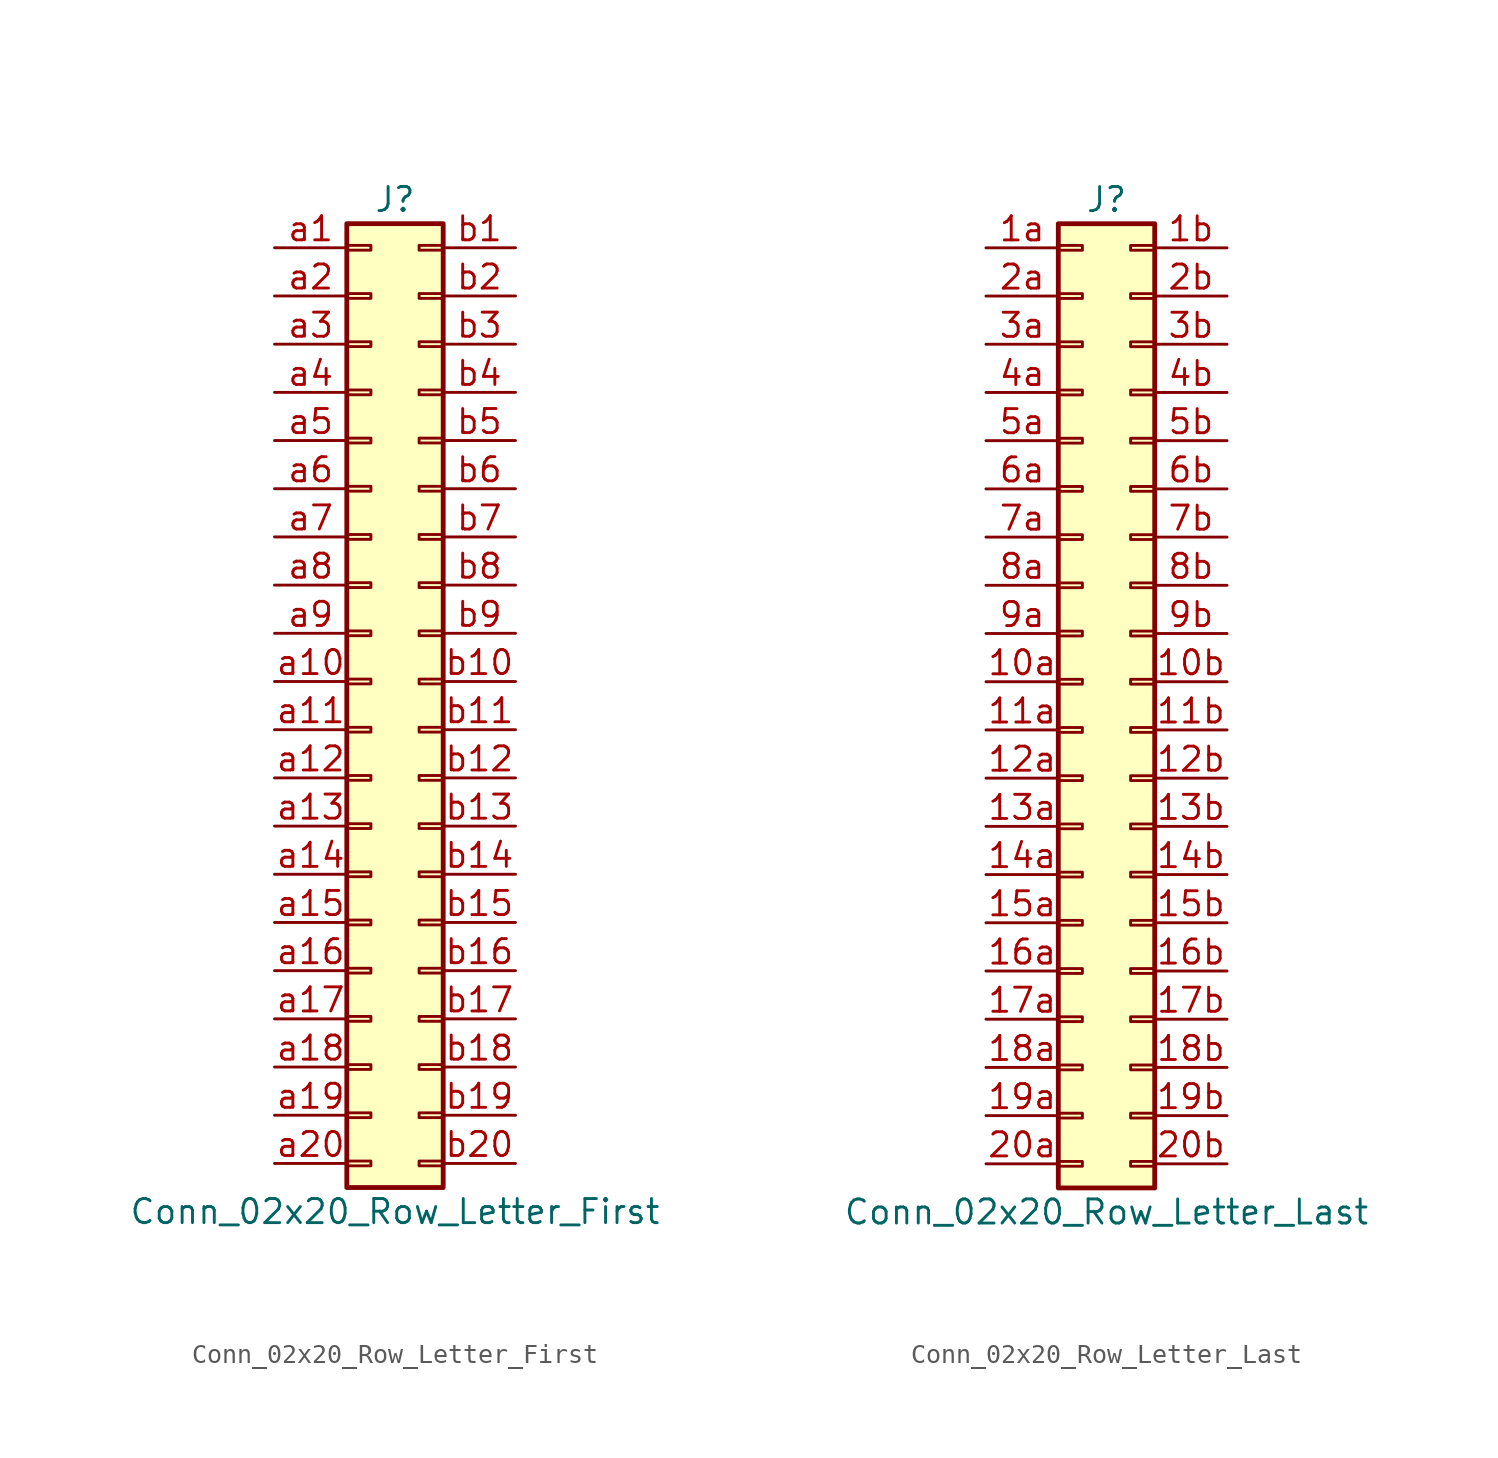
<source format=kicad_sym>
(kicad_symbol_lib
  (version 20201005)
  (generator kicad_symbol_editor)
  (symbol "Connector_Generic:Conn_02x20_Row_Letter_First"
    (pin_names
      (offset 1.016) hide)
    (property "Reference" "J"
      (at 1.27 25.4 0)
      (effects (font (size 1.27 1.27))))
    (property "Value" "Conn_02x20_Row_Letter_First"
      (at 1.27 -27.94 0)
      (effects (font (size 1.27 1.27))))
    (symbol "Conn_02x20_Row_Letter_First_1_1"
      (rectangle (start -1.27 -4.953) (end 0 -5.207) (stroke (width 0.152)) (fill (type none)))
      (rectangle (start -1.27 -7.493) (end 0 -7.747) (stroke (width 0.152)) (fill (type none)))
      (rectangle (start -1.27 -10.033) (end 0 -10.287) (stroke (width 0.152)) (fill (type none)))
      (rectangle (start -1.27 -12.573) (end 0 -12.827) (stroke (width 0.152)) (fill (type none)))
      (rectangle (start -1.27 -15.113) (end 0 -15.367) (stroke (width 0.152)) (fill (type none)))
      (rectangle (start -1.27 -17.653) (end 0 -17.907) (stroke (width 0.152)) (fill (type none)))
      (rectangle (start -1.27 -20.193) (end 0 -20.447) (stroke (width 0.152)) (fill (type none)))
      (rectangle (start -1.27 -22.733) (end 0 -22.987) (stroke (width 0.152)) (fill (type none)))
      (rectangle (start -1.27 -2.413) (end 0 -2.667) (stroke (width 0.152)) (fill (type none)))
      (rectangle (start -1.27 -25.273) (end 0 -25.527) (stroke (width 0.152)) (fill (type none)))
      (rectangle (start -1.27 2.667) (end 0 2.413) (stroke (width 0.152)) (fill (type none)))
      (rectangle (start -1.27 5.207) (end 0 4.953) (stroke (width 0.152)) (fill (type none)))
      (rectangle (start -1.27 7.747) (end 0 7.493) (stroke (width 0.152)) (fill (type none)))
      (rectangle (start -1.27 10.287) (end 0 10.033) (stroke (width 0.152)) (fill (type none)))
      (rectangle (start -1.27 0.127) (end 0 -0.127) (stroke (width 0.152)) (fill (type none)))
      (rectangle (start -1.27 12.827) (end 0 12.573) (stroke (width 0.152)) (fill (type none)))
      (rectangle (start -1.27 15.367) (end 0 15.113) (stroke (width 0.152)) (fill (type none)))
      (rectangle (start -1.27 17.907) (end 0 17.653) (stroke (width 0.152)) (fill (type none)))
      (rectangle (start -1.27 20.447) (end 0 20.193) (stroke (width 0.152)) (fill (type none)))
      (rectangle (start -1.27 22.987) (end 0 22.733) (stroke (width 0.152)) (fill (type none)))
      (rectangle (start -1.27 24.13) (end 3.81 -26.67) (stroke (width 0.254)) (fill (type background)))
      (rectangle (start 3.81 -4.953) (end 2.54 -5.207) (stroke (width 0.152)) (fill (type none)))
      (rectangle (start 3.81 -7.493) (end 2.54 -7.747) (stroke (width 0.152)) (fill (type none)))
      (rectangle (start 3.81 -10.033) (end 2.54 -10.287) (stroke (width 0.152)) (fill (type none)))
      (rectangle (start 3.81 -12.573) (end 2.54 -12.827) (stroke (width 0.152)) (fill (type none)))
      (rectangle (start 3.81 -15.113) (end 2.54 -15.367) (stroke (width 0.152)) (fill (type none)))
      (rectangle (start 3.81 -17.653) (end 2.54 -17.907) (stroke (width 0.152)) (fill (type none)))
      (rectangle (start 3.81 -20.193) (end 2.54 -20.447) (stroke (width 0.152)) (fill (type none)))
      (rectangle (start 3.81 -22.733) (end 2.54 -22.987) (stroke (width 0.152)) (fill (type none)))
      (rectangle (start 3.81 -2.413) (end 2.54 -2.667) (stroke (width 0.152)) (fill (type none)))
      (rectangle (start 3.81 -25.273) (end 2.54 -25.527) (stroke (width 0.152)) (fill (type none)))
      (rectangle (start 3.81 2.667) (end 2.54 2.413) (stroke (width 0.152)) (fill (type none)))
      (rectangle (start 3.81 5.207) (end 2.54 4.953) (stroke (width 0.152)) (fill (type none)))
      (rectangle (start 3.81 7.747) (end 2.54 7.493) (stroke (width 0.152)) (fill (type none)))
      (rectangle (start 3.81 10.287) (end 2.54 10.033) (stroke (width 0.152)) (fill (type none)))
      (rectangle (start 3.81 0.127) (end 2.54 -0.127) (stroke (width 0.152)) (fill (type none)))
      (rectangle (start 3.81 12.827) (end 2.54 12.573) (stroke (width 0.152)) (fill (type none)))
      (rectangle (start 3.81 15.367) (end 2.54 15.113) (stroke (width 0.152)) (fill (type none)))
      (rectangle (start 3.81 17.907) (end 2.54 17.653) (stroke (width 0.152)) (fill (type none)))
      (rectangle (start 3.81 20.447) (end 2.54 20.193) (stroke (width 0.152)) (fill (type none)))
      (rectangle (start 3.81 22.987) (end 2.54 22.733) (stroke (width 0.152)) (fill (type none)))
      (pin passive line (at -5.08 22.86 0) (length 3.81) (name "Pin_a1" (effects (font (size 1.27 1.27)))) (number "a1" (effects (font (size 1.27 1.27)))))
      (pin passive line (at -5.08 0 0) (length 3.81) (name "Pin_a10" (effects (font (size 1.27 1.27)))) (number "a10" (effects (font (size 1.27 1.27)))))
      (pin passive line (at -5.08 -2.54 0) (length 3.81) (name "Pin_a11" (effects (font (size 1.27 1.27)))) (number "a11" (effects (font (size 1.27 1.27)))))
      (pin passive line (at -5.08 -5.08 0) (length 3.81) (name "Pin_a12" (effects (font (size 1.27 1.27)))) (number "a12" (effects (font (size 1.27 1.27)))))
      (pin passive line (at -5.08 -7.62 0) (length 3.81) (name "Pin_a13" (effects (font (size 1.27 1.27)))) (number "a13" (effects (font (size 1.27 1.27)))))
      (pin passive line (at -5.08 -10.16 0) (length 3.81) (name "Pin_a14" (effects (font (size 1.27 1.27)))) (number "a14" (effects (font (size 1.27 1.27)))))
      (pin passive line (at -5.08 -12.7 0) (length 3.81) (name "Pin_a15" (effects (font (size 1.27 1.27)))) (number "a15" (effects (font (size 1.27 1.27)))))
      (pin passive line (at -5.08 -15.24 0) (length 3.81) (name "Pin_a16" (effects (font (size 1.27 1.27)))) (number "a16" (effects (font (size 1.27 1.27)))))
      (pin passive line (at -5.08 -17.78 0) (length 3.81) (name "Pin_a17" (effects (font (size 1.27 1.27)))) (number "a17" (effects (font (size 1.27 1.27)))))
      (pin passive line (at -5.08 -20.32 0) (length 3.81) (name "Pin_a18" (effects (font (size 1.27 1.27)))) (number "a18" (effects (font (size 1.27 1.27)))))
      (pin passive line (at -5.08 -22.86 0) (length 3.81) (name "Pin_a19" (effects (font (size 1.27 1.27)))) (number "a19" (effects (font (size 1.27 1.27)))))
      (pin passive line (at -5.08 20.32 0) (length 3.81) (name "Pin_a2" (effects (font (size 1.27 1.27)))) (number "a2" (effects (font (size 1.27 1.27)))))
      (pin passive line (at -5.08 -25.4 0) (length 3.81) (name "Pin_a20" (effects (font (size 1.27 1.27)))) (number "a20" (effects (font (size 1.27 1.27)))))
      (pin passive line (at -5.08 17.78 0) (length 3.81) (name "Pin_a3" (effects (font (size 1.27 1.27)))) (number "a3" (effects (font (size 1.27 1.27)))))
      (pin passive line (at -5.08 15.24 0) (length 3.81) (name "Pin_a4" (effects (font (size 1.27 1.27)))) (number "a4" (effects (font (size 1.27 1.27)))))
      (pin passive line (at -5.08 12.7 0) (length 3.81) (name "Pin_a5" (effects (font (size 1.27 1.27)))) (number "a5" (effects (font (size 1.27 1.27)))))
      (pin passive line (at -5.08 10.16 0) (length 3.81) (name "Pin_a6" (effects (font (size 1.27 1.27)))) (number "a6" (effects (font (size 1.27 1.27)))))
      (pin passive line (at -5.08 7.62 0) (length 3.81) (name "Pin_a7" (effects (font (size 1.27 1.27)))) (number "a7" (effects (font (size 1.27 1.27)))))
      (pin passive line (at -5.08 5.08 0) (length 3.81) (name "Pin_a8" (effects (font (size 1.27 1.27)))) (number "a8" (effects (font (size 1.27 1.27)))))
      (pin passive line (at -5.08 2.54 0) (length 3.81) (name "Pin_a9" (effects (font (size 1.27 1.27)))) (number "a9" (effects (font (size 1.27 1.27)))))
      (pin passive line (at 7.62 22.86 180) (length 3.81) (name "Pin_b1" (effects (font (size 1.27 1.27)))) (number "b1" (effects (font (size 1.27 1.27)))))
      (pin passive line (at 7.62 0 180) (length 3.81) (name "Pin_b10" (effects (font (size 1.27 1.27)))) (number "b10" (effects (font (size 1.27 1.27)))))
      (pin passive line (at 7.62 -2.54 180) (length 3.81) (name "Pin_b11" (effects (font (size 1.27 1.27)))) (number "b11" (effects (font (size 1.27 1.27)))))
      (pin passive line (at 7.62 -5.08 180) (length 3.81) (name "Pin_b12" (effects (font (size 1.27 1.27)))) (number "b12" (effects (font (size 1.27 1.27)))))
      (pin passive line (at 7.62 -7.62 180) (length 3.81) (name "Pin_b13" (effects (font (size 1.27 1.27)))) (number "b13" (effects (font (size 1.27 1.27)))))
      (pin passive line (at 7.62 -10.16 180) (length 3.81) (name "Pin_b14" (effects (font (size 1.27 1.27)))) (number "b14" (effects (font (size 1.27 1.27)))))
      (pin passive line (at 7.62 -12.7 180) (length 3.81) (name "Pin_b15" (effects (font (size 1.27 1.27)))) (number "b15" (effects (font (size 1.27 1.27)))))
      (pin passive line (at 7.62 -15.24 180) (length 3.81) (name "Pin_b16" (effects (font (size 1.27 1.27)))) (number "b16" (effects (font (size 1.27 1.27)))))
      (pin passive line (at 7.62 -17.78 180) (length 3.81) (name "Pin_b17" (effects (font (size 1.27 1.27)))) (number "b17" (effects (font (size 1.27 1.27)))))
      (pin passive line (at 7.62 -20.32 180) (length 3.81) (name "Pin_b18" (effects (font (size 1.27 1.27)))) (number "b18" (effects (font (size 1.27 1.27)))))
      (pin passive line (at 7.62 -22.86 180) (length 3.81) (name "Pin_b19" (effects (font (size 1.27 1.27)))) (number "b19" (effects (font (size 1.27 1.27)))))
      (pin passive line (at 7.62 20.32 180) (length 3.81) (name "Pin_b2" (effects (font (size 1.27 1.27)))) (number "b2" (effects (font (size 1.27 1.27)))))
      (pin passive line (at 7.62 -25.4 180) (length 3.81) (name "Pin_b20" (effects (font (size 1.27 1.27)))) (number "b20" (effects (font (size 1.27 1.27)))))
      (pin passive line (at 7.62 17.78 180) (length 3.81) (name "Pin_b3" (effects (font (size 1.27 1.27)))) (number "b3" (effects (font (size 1.27 1.27)))))
      (pin passive line (at 7.62 15.24 180) (length 3.81) (name "Pin_b4" (effects (font (size 1.27 1.27)))) (number "b4" (effects (font (size 1.27 1.27)))))
      (pin passive line (at 7.62 12.7 180) (length 3.81) (name "Pin_b5" (effects (font (size 1.27 1.27)))) (number "b5" (effects (font (size 1.27 1.27)))))
      (pin passive line (at 7.62 10.16 180) (length 3.81) (name "Pin_b6" (effects (font (size 1.27 1.27)))) (number "b6" (effects (font (size 1.27 1.27)))))
      (pin passive line (at 7.62 7.62 180) (length 3.81) (name "Pin_b7" (effects (font (size 1.27 1.27)))) (number "b7" (effects (font (size 1.27 1.27)))))
      (pin passive line (at 7.62 5.08 180) (length 3.81) (name "Pin_b8" (effects (font (size 1.27 1.27)))) (number "b8" (effects (font (size 1.27 1.27)))))
      (pin passive line (at 7.62 2.54 180) (length 3.81) (name "Pin_b9" (effects (font (size 1.27 1.27)))) (number "b9" (effects (font (size 1.27 1.27)))))))
  (symbol "Connector_Generic:Conn_02x20_Row_Letter_Last"
    (pin_names
      (offset 1.016) hide)
    (property "Reference" "J"
      (at 1.27 25.4 0)
      (effects (font (size 1.27 1.27))))
    (property "Value" "Conn_02x20_Row_Letter_Last"
      (at 1.27 -27.94 0)
      (effects (font (size 1.27 1.27))))
    (symbol "Conn_02x20_Row_Letter_Last_1_1"
      (rectangle (start -1.27 -4.953) (end 0 -5.207) (stroke (width 0.152)) (fill (type none)))
      (rectangle (start -1.27 -7.493) (end 0 -7.747) (stroke (width 0.152)) (fill (type none)))
      (rectangle (start -1.27 -10.033) (end 0 -10.287) (stroke (width 0.152)) (fill (type none)))
      (rectangle (start -1.27 -12.573) (end 0 -12.827) (stroke (width 0.152)) (fill (type none)))
      (rectangle (start -1.27 -15.113) (end 0 -15.367) (stroke (width 0.152)) (fill (type none)))
      (rectangle (start -1.27 -17.653) (end 0 -17.907) (stroke (width 0.152)) (fill (type none)))
      (rectangle (start -1.27 -20.193) (end 0 -20.447) (stroke (width 0.152)) (fill (type none)))
      (rectangle (start -1.27 -22.733) (end 0 -22.987) (stroke (width 0.152)) (fill (type none)))
      (rectangle (start -1.27 -2.413) (end 0 -2.667) (stroke (width 0.152)) (fill (type none)))
      (rectangle (start -1.27 -25.273) (end 0 -25.527) (stroke (width 0.152)) (fill (type none)))
      (rectangle (start -1.27 2.667) (end 0 2.413) (stroke (width 0.152)) (fill (type none)))
      (rectangle (start -1.27 5.207) (end 0 4.953) (stroke (width 0.152)) (fill (type none)))
      (rectangle (start -1.27 7.747) (end 0 7.493) (stroke (width 0.152)) (fill (type none)))
      (rectangle (start -1.27 10.287) (end 0 10.033) (stroke (width 0.152)) (fill (type none)))
      (rectangle (start -1.27 0.127) (end 0 -0.127) (stroke (width 0.152)) (fill (type none)))
      (rectangle (start -1.27 12.827) (end 0 12.573) (stroke (width 0.152)) (fill (type none)))
      (rectangle (start -1.27 15.367) (end 0 15.113) (stroke (width 0.152)) (fill (type none)))
      (rectangle (start -1.27 17.907) (end 0 17.653) (stroke (width 0.152)) (fill (type none)))
      (rectangle (start -1.27 20.447) (end 0 20.193) (stroke (width 0.152)) (fill (type none)))
      (rectangle (start -1.27 22.987) (end 0 22.733) (stroke (width 0.152)) (fill (type none)))
      (rectangle (start -1.27 24.13) (end 3.81 -26.67) (stroke (width 0.254)) (fill (type background)))
      (rectangle (start 3.81 -4.953) (end 2.54 -5.207) (stroke (width 0.152)) (fill (type none)))
      (rectangle (start 3.81 -7.493) (end 2.54 -7.747) (stroke (width 0.152)) (fill (type none)))
      (rectangle (start 3.81 -10.033) (end 2.54 -10.287) (stroke (width 0.152)) (fill (type none)))
      (rectangle (start 3.81 -12.573) (end 2.54 -12.827) (stroke (width 0.152)) (fill (type none)))
      (rectangle (start 3.81 -15.113) (end 2.54 -15.367) (stroke (width 0.152)) (fill (type none)))
      (rectangle (start 3.81 -17.653) (end 2.54 -17.907) (stroke (width 0.152)) (fill (type none)))
      (rectangle (start 3.81 -20.193) (end 2.54 -20.447) (stroke (width 0.152)) (fill (type none)))
      (rectangle (start 3.81 -22.733) (end 2.54 -22.987) (stroke (width 0.152)) (fill (type none)))
      (rectangle (start 3.81 -2.413) (end 2.54 -2.667) (stroke (width 0.152)) (fill (type none)))
      (rectangle (start 3.81 -25.273) (end 2.54 -25.527) (stroke (width 0.152)) (fill (type none)))
      (rectangle (start 3.81 2.667) (end 2.54 2.413) (stroke (width 0.152)) (fill (type none)))
      (rectangle (start 3.81 5.207) (end 2.54 4.953) (stroke (width 0.152)) (fill (type none)))
      (rectangle (start 3.81 7.747) (end 2.54 7.493) (stroke (width 0.152)) (fill (type none)))
      (rectangle (start 3.81 10.287) (end 2.54 10.033) (stroke (width 0.152)) (fill (type none)))
      (rectangle (start 3.81 0.127) (end 2.54 -0.127) (stroke (width 0.152)) (fill (type none)))
      (rectangle (start 3.81 12.827) (end 2.54 12.573) (stroke (width 0.152)) (fill (type none)))
      (rectangle (start 3.81 15.367) (end 2.54 15.113) (stroke (width 0.152)) (fill (type none)))
      (rectangle (start 3.81 17.907) (end 2.54 17.653) (stroke (width 0.152)) (fill (type none)))
      (rectangle (start 3.81 20.447) (end 2.54 20.193) (stroke (width 0.152)) (fill (type none)))
      (rectangle (start 3.81 22.987) (end 2.54 22.733) (stroke (width 0.152)) (fill (type none)))
      (pin passive line (at -5.08 0 0) (length 3.81) (name "Pin_10a" (effects (font (size 1.27 1.27)))) (number "10a" (effects (font (size 1.27 1.27)))))
      (pin passive line (at 7.62 0 180) (length 3.81) (name "Pin_10b" (effects (font (size 1.27 1.27)))) (number "10b" (effects (font (size 1.27 1.27)))))
      (pin passive line (at -5.08 -2.54 0) (length 3.81) (name "Pin_11a" (effects (font (size 1.27 1.27)))) (number "11a" (effects (font (size 1.27 1.27)))))
      (pin passive line (at 7.62 -2.54 180) (length 3.81) (name "Pin_11b" (effects (font (size 1.27 1.27)))) (number "11b" (effects (font (size 1.27 1.27)))))
      (pin passive line (at -5.08 -5.08 0) (length 3.81) (name "Pin_12a" (effects (font (size 1.27 1.27)))) (number "12a" (effects (font (size 1.27 1.27)))))
      (pin passive line (at 7.62 -5.08 180) (length 3.81) (name "Pin_12b" (effects (font (size 1.27 1.27)))) (number "12b" (effects (font (size 1.27 1.27)))))
      (pin passive line (at -5.08 -7.62 0) (length 3.81) (name "Pin_13a" (effects (font (size 1.27 1.27)))) (number "13a" (effects (font (size 1.27 1.27)))))
      (pin passive line (at 7.62 -7.62 180) (length 3.81) (name "Pin_13b" (effects (font (size 1.27 1.27)))) (number "13b" (effects (font (size 1.27 1.27)))))
      (pin passive line (at -5.08 -10.16 0) (length 3.81) (name "Pin_14a" (effects (font (size 1.27 1.27)))) (number "14a" (effects (font (size 1.27 1.27)))))
      (pin passive line (at 7.62 -10.16 180) (length 3.81) (name "Pin_14b" (effects (font (size 1.27 1.27)))) (number "14b" (effects (font (size 1.27 1.27)))))
      (pin passive line (at -5.08 -12.7 0) (length 3.81) (name "Pin_15a" (effects (font (size 1.27 1.27)))) (number "15a" (effects (font (size 1.27 1.27)))))
      (pin passive line (at 7.62 -12.7 180) (length 3.81) (name "Pin_15b" (effects (font (size 1.27 1.27)))) (number "15b" (effects (font (size 1.27 1.27)))))
      (pin passive line (at -5.08 -15.24 0) (length 3.81) (name "Pin_16a" (effects (font (size 1.27 1.27)))) (number "16a" (effects (font (size 1.27 1.27)))))
      (pin passive line (at 7.62 -15.24 180) (length 3.81) (name "Pin_16b" (effects (font (size 1.27 1.27)))) (number "16b" (effects (font (size 1.27 1.27)))))
      (pin passive line (at -5.08 -17.78 0) (length 3.81) (name "Pin_17a" (effects (font (size 1.27 1.27)))) (number "17a" (effects (font (size 1.27 1.27)))))
      (pin passive line (at 7.62 -17.78 180) (length 3.81) (name "Pin_17b" (effects (font (size 1.27 1.27)))) (number "17b" (effects (font (size 1.27 1.27)))))
      (pin passive line (at -5.08 -20.32 0) (length 3.81) (name "Pin_18a" (effects (font (size 1.27 1.27)))) (number "18a" (effects (font (size 1.27 1.27)))))
      (pin passive line (at 7.62 -20.32 180) (length 3.81) (name "Pin_18b" (effects (font (size 1.27 1.27)))) (number "18b" (effects (font (size 1.27 1.27)))))
      (pin passive line (at -5.08 -22.86 0) (length 3.81) (name "Pin_19a" (effects (font (size 1.27 1.27)))) (number "19a" (effects (font (size 1.27 1.27)))))
      (pin passive line (at 7.62 -22.86 180) (length 3.81) (name "Pin_19b" (effects (font (size 1.27 1.27)))) (number "19b" (effects (font (size 1.27 1.27)))))
      (pin passive line (at -5.08 22.86 0) (length 3.81) (name "Pin_1a" (effects (font (size 1.27 1.27)))) (number "1a" (effects (font (size 1.27 1.27)))))
      (pin passive line (at 7.62 22.86 180) (length 3.81) (name "Pin_1b" (effects (font (size 1.27 1.27)))) (number "1b" (effects (font (size 1.27 1.27)))))
      (pin passive line (at -5.08 -25.4 0) (length 3.81) (name "Pin_20a" (effects (font (size 1.27 1.27)))) (number "20a" (effects (font (size 1.27 1.27)))))
      (pin passive line (at 7.62 -25.4 180) (length 3.81) (name "Pin_20b" (effects (font (size 1.27 1.27)))) (number "20b" (effects (font (size 1.27 1.27)))))
      (pin passive line (at -5.08 20.32 0) (length 3.81) (name "Pin_2a" (effects (font (size 1.27 1.27)))) (number "2a" (effects (font (size 1.27 1.27)))))
      (pin passive line (at 7.62 20.32 180) (length 3.81) (name "Pin_2b" (effects (font (size 1.27 1.27)))) (number "2b" (effects (font (size 1.27 1.27)))))
      (pin passive line (at -5.08 17.78 0) (length 3.81) (name "Pin_3a" (effects (font (size 1.27 1.27)))) (number "3a" (effects (font (size 1.27 1.27)))))
      (pin passive line (at 7.62 17.78 180) (length 3.81) (name "Pin_3b" (effects (font (size 1.27 1.27)))) (number "3b" (effects (font (size 1.27 1.27)))))
      (pin passive line (at -5.08 15.24 0) (length 3.81) (name "Pin_4a" (effects (font (size 1.27 1.27)))) (number "4a" (effects (font (size 1.27 1.27)))))
      (pin passive line (at 7.62 15.24 180) (length 3.81) (name "Pin_4b" (effects (font (size 1.27 1.27)))) (number "4b" (effects (font (size 1.27 1.27)))))
      (pin passive line (at -5.08 12.7 0) (length 3.81) (name "Pin_5a" (effects (font (size 1.27 1.27)))) (number "5a" (effects (font (size 1.27 1.27)))))
      (pin passive line (at 7.62 12.7 180) (length 3.81) (name "Pin_5b" (effects (font (size 1.27 1.27)))) (number "5b" (effects (font (size 1.27 1.27)))))
      (pin passive line (at -5.08 10.16 0) (length 3.81) (name "Pin_6a" (effects (font (size 1.27 1.27)))) (number "6a" (effects (font (size 1.27 1.27)))))
      (pin passive line (at 7.62 10.16 180) (length 3.81) (name "Pin_6b" (effects (font (size 1.27 1.27)))) (number "6b" (effects (font (size 1.27 1.27)))))
      (pin passive line (at -5.08 7.62 0) (length 3.81) (name "Pin_7a" (effects (font (size 1.27 1.27)))) (number "7a" (effects (font (size 1.27 1.27)))))
      (pin passive line (at 7.62 7.62 180) (length 3.81) (name "Pin_7b" (effects (font (size 1.27 1.27)))) (number "7b" (effects (font (size 1.27 1.27)))))
      (pin passive line (at -5.08 5.08 0) (length 3.81) (name "Pin_8a" (effects (font (size 1.27 1.27)))) (number "8a" (effects (font (size 1.27 1.27)))))
      (pin passive line (at 7.62 5.08 180) (length 3.81) (name "Pin_8b" (effects (font (size 1.27 1.27)))) (number "8b" (effects (font (size 1.27 1.27)))))
      (pin passive line (at -5.08 2.54 0) (length 3.81) (name "Pin_9a" (effects (font (size 1.27 1.27)))) (number "9a" (effects (font (size 1.27 1.27)))))
      (pin passive line (at 7.62 2.54 180) (length 3.81) (name "Pin_9b" (effects (font (size 1.27 1.27)))) (number "9b" (effects (font (size 1.27 1.27))))))))
</source>
